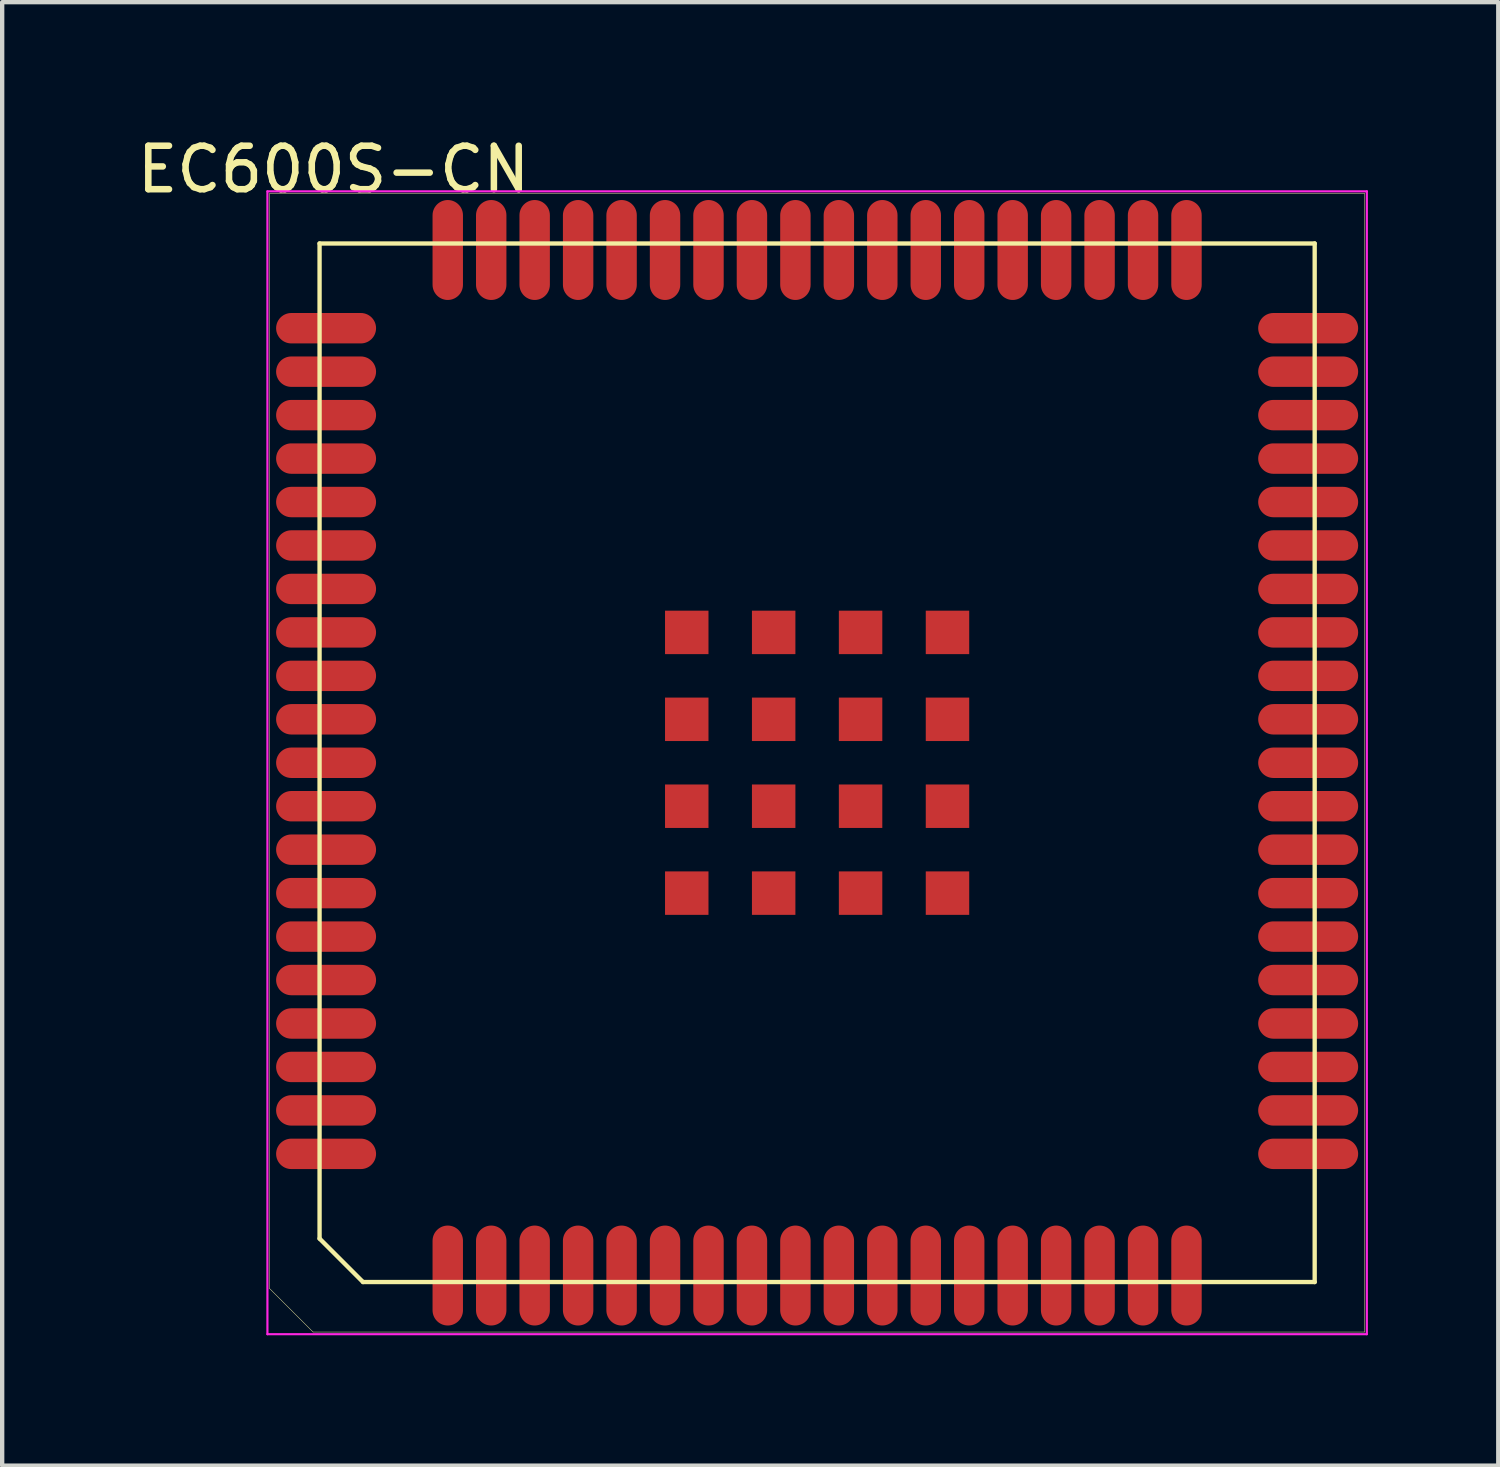
<source format=kicad_pcb>
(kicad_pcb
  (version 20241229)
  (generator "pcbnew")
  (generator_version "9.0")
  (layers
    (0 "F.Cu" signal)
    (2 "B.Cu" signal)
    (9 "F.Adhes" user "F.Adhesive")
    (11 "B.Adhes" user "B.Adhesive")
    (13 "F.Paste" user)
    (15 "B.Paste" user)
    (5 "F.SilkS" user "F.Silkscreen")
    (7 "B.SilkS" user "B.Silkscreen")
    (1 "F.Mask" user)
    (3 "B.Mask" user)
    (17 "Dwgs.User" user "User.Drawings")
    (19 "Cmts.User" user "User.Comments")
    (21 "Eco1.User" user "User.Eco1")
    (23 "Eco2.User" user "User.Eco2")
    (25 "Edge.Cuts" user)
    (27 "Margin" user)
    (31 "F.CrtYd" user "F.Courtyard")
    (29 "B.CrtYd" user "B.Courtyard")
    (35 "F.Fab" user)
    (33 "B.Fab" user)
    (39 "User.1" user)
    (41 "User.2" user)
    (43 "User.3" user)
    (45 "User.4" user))
  (footprint "EC600S-CN"
    (layer "F.Cu")
    (at 15.754 14.503)
    (property "Reference" "EC600S-CN" (at -11.129 -13.654 0) (layer "F.SilkS") (effects (font (size 1 1) (thickness 0.15))))
    (attr through_hole)
    (fp_line (start -12.6 -13.1) (end 12.6 -13.1) (stroke (width 0.01) (type solid)) (layer "F.SilkS"))
    (fp_line (start -12.6 12.1) (end -12.6 -13.1) (stroke (width 0.01) (type solid)) (layer "F.SilkS"))
    (fp_line (start -12.6 12.1) (end -11.6 13.1) (stroke (width 0.01) (type solid)) (layer "F.SilkS"))
    (fp_line (start -11.6 13.1) (end 12.6 13.1) (stroke (width 0.01) (type solid)) (layer "F.SilkS"))
    (fp_line (start -11.45 -11.95) (end 11.45 -11.95) (stroke (width 0.1) (type solid)) (layer "F.SilkS"))
    (fp_line (start -11.45 10.95) (end -11.45 -11.95) (stroke (width 0.1) (type solid)) (layer "F.SilkS"))
    (fp_line (start -11.45 10.95) (end -10.45 11.95) (stroke (width 0.1) (type solid)) (layer "F.SilkS"))
    (fp_line (start -10.45 11.95) (end 11.45 11.95) (stroke (width 0.1) (type solid)) (layer "F.SilkS"))
    (fp_line (start 11.45 11.95) (end 11.45 -11.95) (stroke (width 0.1) (type solid)) (layer "F.SilkS"))
    (fp_line (start 12.6 13.1) (end 12.6 -13.1) (stroke (width 0.01) (type solid)) (layer "F.SilkS"))
    (fp_line (start -12.65 -13.15) (end 12.65 -13.15) (stroke (width 0.05) (type solid)) (layer "F.CrtYd"))
    (fp_line (start -12.65 13.15) (end -12.65 -13.15) (stroke (width 0.05) (type solid)) (layer "F.CrtYd"))
    (fp_line (start 12.65 -13.15) (end 12.65 13.15) (stroke (width 0.05) (type solid)) (layer "F.CrtYd"))
    (fp_line (start 12.65 13.15) (end -12.65 13.15) (stroke (width 0.05) (type solid)) (layer "F.CrtYd"))
    (pad "1" smd oval (at -8.5 11.8 90) (size 2.3 0.7) (layers "F.Cu" "F.Mask" "F.Paste"))
    (pad "2" smd oval (at -7.5 11.8 90) (size 2.3 0.7) (layers "F.Cu" "F.Mask" "F.Paste"))
    (pad "3" smd oval (at -6.5 11.8 90) (size 2.3 0.7) (layers "F.Cu" "F.Mask" "F.Paste"))
    (pad "4" smd oval (at -5.5 11.8 90) (size 2.3 0.7) (layers "F.Cu" "F.Mask" "F.Paste"))
    (pad "5" smd oval (at -4.5 11.8 90) (size 2.3 0.7) (layers "F.Cu" "F.Mask" "F.Paste"))
    (pad "6" smd oval (at -3.5 11.8 90) (size 2.3 0.7) (layers "F.Cu" "F.Mask" "F.Paste"))
    (pad "7" smd oval (at -2.5 11.8 90) (size 2.3 0.7) (layers "F.Cu" "F.Mask" "F.Paste"))
    (pad "8" smd oval (at -1.5 11.8 90) (size 2.3 0.7) (layers "F.Cu" "F.Mask" "F.Paste"))
    (pad "9" smd oval (at -0.5 11.8 90) (size 2.3 0.7) (layers "F.Cu" "F.Mask" "F.Paste"))
    (pad "10" smd oval (at 0.5 11.8 90) (size 2.3 0.7) (layers "F.Cu" "F.Mask" "F.Paste"))
    (pad "11" smd oval (at 1.5 11.8 90) (size 2.3 0.7) (layers "F.Cu" "F.Mask" "F.Paste"))
    (pad "12" smd oval (at 2.5 11.8 90) (size 2.3 0.7) (layers "F.Cu" "F.Mask" "F.Paste"))
    (pad "13" smd oval (at 3.5 11.8 90) (size 2.3 0.7) (layers "F.Cu" "F.Mask" "F.Paste"))
    (pad "14" smd oval (at 4.5 11.8 90) (size 2.3 0.7) (layers "F.Cu" "F.Mask" "F.Paste"))
    (pad "15" smd oval (at 5.5 11.8 90) (size 2.3 0.7) (layers "F.Cu" "F.Mask" "F.Paste"))
    (pad "16" smd oval (at 6.5 11.8 90) (size 2.3 0.7) (layers "F.Cu" "F.Mask" "F.Paste"))
    (pad "17" smd oval (at 7.5 11.8 90) (size 2.3 0.7) (layers "F.Cu" "F.Mask" "F.Paste"))
    (pad "18" smd oval (at 8.5 11.8 90) (size 2.3 0.7) (layers "F.Cu" "F.Mask" "F.Paste"))
    (pad "19" smd oval (at 11.3 9) (size 2.3 0.7) (layers "F.Cu" "F.Mask" "F.Paste"))
    (pad "20" smd oval (at 11.3 8) (size 2.3 0.7) (layers "F.Cu" "F.Mask" "F.Paste"))
    (pad "21" smd oval (at 11.3 7) (size 2.3 0.7) (layers "F.Cu" "F.Mask" "F.Paste"))
    (pad "22" smd oval (at 11.3 6) (size 2.3 0.7) (layers "F.Cu" "F.Mask" "F.Paste"))
    (pad "23" smd oval (at 11.3 5) (size 2.3 0.7) (layers "F.Cu" "F.Mask" "F.Paste"))
    (pad "24" smd oval (at 11.3 4) (size 2.3 0.7) (layers "F.Cu" "F.Mask" "F.Paste"))
    (pad "25" smd oval (at 11.3 3) (size 2.3 0.7) (layers "F.Cu" "F.Mask" "F.Paste"))
    (pad "26" smd oval (at 11.3 2) (size 2.3 0.7) (layers "F.Cu" "F.Mask" "F.Paste"))
    (pad "27" smd oval (at 11.3 1) (size 2.3 0.7) (layers "F.Cu" "F.Mask" "F.Paste"))
    (pad "28" smd oval (at 11.3 0) (size 2.3 0.7) (layers "F.Cu" "F.Mask" "F.Paste"))
    (pad "29" smd oval (at 11.3 -1) (size 2.3 0.7) (layers "F.Cu" "F.Mask" "F.Paste"))
    (pad "30" smd oval (at 11.3 -2) (size 2.3 0.7) (layers "F.Cu" "F.Mask" "F.Paste"))
    (pad "31" smd oval (at 11.3 -3) (size 2.3 0.7) (layers "F.Cu" "F.Mask" "F.Paste"))
    (pad "32" smd oval (at 11.3 -4) (size 2.3 0.7) (layers "F.Cu" "F.Mask" "F.Paste"))
    (pad "33" smd oval (at 11.3 -5) (size 2.3 0.7) (layers "F.Cu" "F.Mask" "F.Paste"))
    (pad "34" smd oval (at 11.3 -6) (size 2.3 0.7) (layers "F.Cu" "F.Mask" "F.Paste"))
    (pad "35" smd oval (at 11.3 -7) (size 2.3 0.7) (layers "F.Cu" "F.Mask" "F.Paste"))
    (pad "36" smd oval (at 11.3 -8) (size 2.3 0.7) (layers "F.Cu" "F.Mask" "F.Paste"))
    (pad "37" smd oval (at 11.3 -9) (size 2.3 0.7) (layers "F.Cu" "F.Mask" "F.Paste"))
    (pad "38" smd oval (at 11.3 -10) (size 2.3 0.7) (layers "F.Cu" "F.Mask" "F.Paste"))
    (pad "39" smd oval (at 8.5 -11.8 90) (size 2.3 0.7) (layers "F.Cu" "F.Mask" "F.Paste"))
    (pad "40" smd oval (at 7.5 -11.8 90) (size 2.3 0.7) (layers "F.Cu" "F.Mask" "F.Paste"))
    (pad "41" smd oval (at 6.5 -11.8 90) (size 2.3 0.7) (layers "F.Cu" "F.Mask" "F.Paste"))
    (pad "42" smd oval (at 5.5 -11.8 90) (size 2.3 0.7) (layers "F.Cu" "F.Mask" "F.Paste"))
    (pad "43" smd oval (at 4.5 -11.8 90) (size 2.3 0.7) (layers "F.Cu" "F.Mask" "F.Paste"))
    (pad "44" smd oval (at 3.5 -11.8 90) (size 2.3 0.7) (layers "F.Cu" "F.Mask" "F.Paste"))
    (pad "45" smd oval (at 2.5 -11.8 90) (size 2.3 0.7) (layers "F.Cu" "F.Mask" "F.Paste"))
    (pad "46" smd oval (at 1.5 -11.8 90) (size 2.3 0.7) (layers "F.Cu" "F.Mask" "F.Paste"))
    (pad "47" smd oval (at 0.5 -11.8 90) (size 2.3 0.7) (layers "F.Cu" "F.Mask" "F.Paste"))
    (pad "48" smd oval (at -0.5 -11.8 90) (size 2.3 0.7) (layers "F.Cu" "F.Mask" "F.Paste"))
    (pad "49" smd oval (at -1.5 -11.8 90) (size 2.3 0.7) (layers "F.Cu" "F.Mask" "F.Paste"))
    (pad "50" smd oval (at -2.5 -11.8 90) (size 2.3 0.7) (layers "F.Cu" "F.Mask" "F.Paste"))
    (pad "51" smd oval (at -3.5 -11.8 90) (size 2.3 0.7) (layers "F.Cu" "F.Mask" "F.Paste"))
    (pad "52" smd oval (at -4.5 -11.8 90) (size 2.3 0.7) (layers "F.Cu" "F.Mask" "F.Paste"))
    (pad "53" smd oval (at -5.5 -11.8 90) (size 2.3 0.7) (layers "F.Cu" "F.Mask" "F.Paste"))
    (pad "54" smd oval (at -6.5 -11.8 90) (size 2.3 0.7) (layers "F.Cu" "F.Mask" "F.Paste"))
    (pad "55" smd oval (at -7.5 -11.8 90) (size 2.3 0.7) (layers "F.Cu" "F.Mask" "F.Paste"))
    (pad "56" smd oval (at -8.5 -11.8 90) (size 2.3 0.7) (layers "F.Cu" "F.Mask" "F.Paste"))
    (pad "57" smd oval (at -11.3 -10) (size 2.3 0.7) (layers "F.Cu" "F.Mask" "F.Paste"))
    (pad "58" smd oval (at -11.3 -9) (size 2.3 0.7) (layers "F.Cu" "F.Mask" "F.Paste"))
    (pad "59" smd oval (at -11.3 -8) (size 2.3 0.7) (layers "F.Cu" "F.Mask" "F.Paste"))
    (pad "60" smd oval (at -11.3 -7) (size 2.3 0.7) (layers "F.Cu" "F.Mask" "F.Paste"))
    (pad "61" smd oval (at -11.3 -6) (size 2.3 0.7) (layers "F.Cu" "F.Mask" "F.Paste"))
    (pad "62" smd oval (at -11.3 -5) (size 2.3 0.7) (layers "F.Cu" "F.Mask" "F.Paste"))
    (pad "63" smd oval (at -11.3 -4) (size 2.3 0.7) (layers "F.Cu" "F.Mask" "F.Paste"))
    (pad "64" smd oval (at -11.3 -3) (size 2.3 0.7) (layers "F.Cu" "F.Mask" "F.Paste"))
    (pad "65" smd oval (at -11.3 -2) (size 2.3 0.7) (layers "F.Cu" "F.Mask" "F.Paste"))
    (pad "66" smd oval (at -11.3 -1) (size 2.3 0.7) (layers "F.Cu" "F.Mask" "F.Paste"))
    (pad "67" smd oval (at -11.3 0) (size 2.3 0.7) (layers "F.Cu" "F.Mask" "F.Paste"))
    (pad "68" smd oval (at -11.3 1) (size 2.3 0.7) (layers "F.Cu" "F.Mask" "F.Paste"))
    (pad "69" smd oval (at -11.3 2) (size 2.3 0.7) (layers "F.Cu" "F.Mask" "F.Paste"))
    (pad "70" smd oval (at -11.3 3) (size 2.3 0.7) (layers "F.Cu" "F.Mask" "F.Paste"))
    (pad "71" smd oval (at -11.3 4) (size 2.3 0.7) (layers "F.Cu" "F.Mask" "F.Paste"))
    (pad "72" smd oval (at -11.3 5) (size 2.3 0.7) (layers "F.Cu" "F.Mask" "F.Paste"))
    (pad "73" smd oval (at -11.3 6) (size 2.3 0.7) (layers "F.Cu" "F.Mask" "F.Paste"))
    (pad "74" smd oval (at -11.3 7) (size 2.3 0.7) (layers "F.Cu" "F.Mask" "F.Paste"))
    (pad "75" smd oval (at -11.3 8) (size 2.3 0.7) (layers "F.Cu" "F.Mask" "F.Paste"))
    (pad "76" smd oval (at -11.3 9) (size 2.3 0.7) (layers "F.Cu" "F.Mask" "F.Paste"))
    (pad "77" smd rect (at -3 3) (size 1 1) (layers "F.Cu" "F.Mask" "F.Paste"))
    (pad "78" smd rect (at -1 3) (size 1 1) (layers "F.Cu" "F.Mask" "F.Paste"))
    (pad "79" smd rect (at 1 3) (size 1 1) (layers "F.Cu" "F.Mask" "F.Paste"))
    (pad "80" smd rect (at 3 3) (size 1 1) (layers "F.Cu" "F.Mask" "F.Paste"))
    (pad "81" smd rect (at 3 1) (size 1 1) (layers "F.Cu" "F.Mask" "F.Paste"))
    (pad "82" smd rect (at 3 -1) (size 1 1) (layers "F.Cu" "F.Mask" "F.Paste"))
    (pad "83" smd rect (at 3 -3) (size 1 1) (layers "F.Cu" "F.Mask" "F.Paste"))
    (pad "84" smd rect (at 1 -3) (size 1 1) (layers "F.Cu" "F.Mask" "F.Paste"))
    (pad "85" smd rect (at -1 -3) (size 1 1) (layers "F.Cu" "F.Mask" "F.Paste"))
    (pad "86" smd rect (at -3 -3) (size 1 1) (layers "F.Cu" "F.Mask" "F.Paste"))
    (pad "87" smd rect (at -3 -1) (size 1 1) (layers "F.Cu" "F.Mask" "F.Paste"))
    (pad "88" smd rect (at -3 1) (size 1 1) (layers "F.Cu" "F.Mask" "F.Paste"))
    (pad "89" smd rect (at -1 1) (size 1 1) (layers "F.Cu" "F.Mask" "F.Paste"))
    (pad "90" smd rect (at 1 1) (size 1 1) (layers "F.Cu" "F.Mask" "F.Paste"))
    (pad "91" smd rect (at 1 -1) (size 1 1) (layers "F.Cu" "F.Mask" "F.Paste"))
    (pad "92" smd rect (at -1 -1) (size 1 1) (layers "F.Cu" "F.Mask" "F.Paste")))
  (gr_rect
    (start -3 -3)
    (end 31.429 30.678)
    (stroke (width 0.1) (type default))
    (fill no)
    (layer "Edge.Cuts")))
</source>
